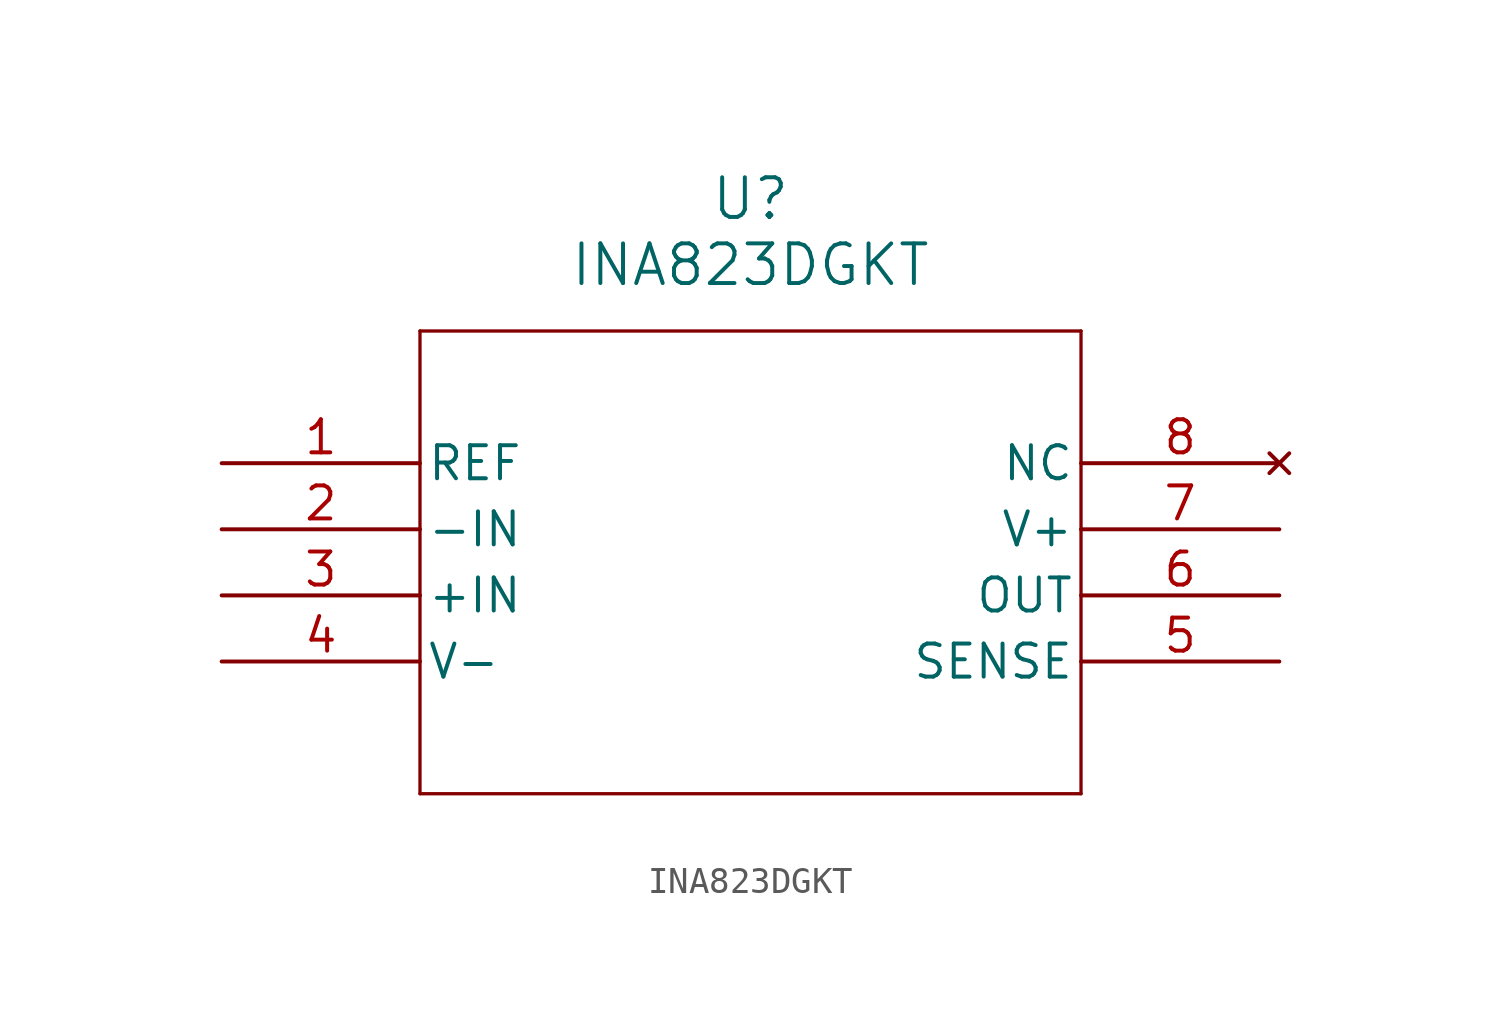
<source format=kicad_sym>
(kicad_symbol_lib
  (version 20211014)
  (generator kicad_symbol_editor)
  (symbol "INA823DGKT"
    (pin_names
      (offset 0.254))
    (property "Reference" "U"
      (at 20.32 10.16 0)
      (effects (font (size 1.524 1.524))))
    (property "Value" "INA823DGKT"
      (at 20.32 7.62 0)
      (effects (font (size 1.524 1.524))))
    (symbol "INA823DGKT_0_1"
      (polyline (pts (xy 7.62 5.08) (xy 7.62 -12.7)) (stroke (width 0.127) (type default) (color 0 0 0 0)) (fill (type none)))
      (polyline (pts (xy 7.62 -12.7) (xy 33.02 -12.7)) (stroke (width 0.127) (type default) (color 0 0 0 0)) (fill (type none)))
      (polyline (pts (xy 33.02 -12.7) (xy 33.02 5.08)) (stroke (width 0.127) (type default) (color 0 0 0 0)) (fill (type none)))
      (polyline (pts (xy 33.02 5.08) (xy 7.62 5.08)) (stroke (width 0.127) (type default) (color 0 0 0 0)) (fill (type none)))
      (pin input line (at 0 0 0) (length 7.62) (name "REF" (effects (font (size 1.27 1.27)))) (number "1" (effects (font (size 1.27 1.27)))))
      (pin input line (at 0 -2.54 0) (length 7.62) (name "-IN" (effects (font (size 1.27 1.27)))) (number "2" (effects (font (size 1.27 1.27)))))
      (pin input line (at 0 -5.08 0) (length 7.62) (name "+IN" (effects (font (size 1.27 1.27)))) (number "3" (effects (font (size 1.27 1.27)))))
      (pin power_in line (at 0 -7.62 0) (length 7.62) (name "V-" (effects (font (size 1.27 1.27)))) (number "4" (effects (font (size 1.27 1.27)))))
      (pin input line (at 40.64 -7.62 180) (length 7.62) (name "SENSE" (effects (font (size 1.27 1.27)))) (number "5" (effects (font (size 1.27 1.27)))))
      (pin output line (at 40.64 -5.08 180) (length 7.62) (name "OUT" (effects (font (size 1.27 1.27)))) (number "6" (effects (font (size 1.27 1.27)))))
      (pin power_in line (at 40.64 -2.54 180) (length 7.62) (name "V+" (effects (font (size 1.27 1.27)))) (number "7" (effects (font (size 1.27 1.27)))))
      (pin no_connect line (at 40.64 0 180) (length 7.62) (name "NC" (effects (font (size 1.27 1.27)))) (number "8" (effects (font (size 1.27 1.27))))))))
</source>
